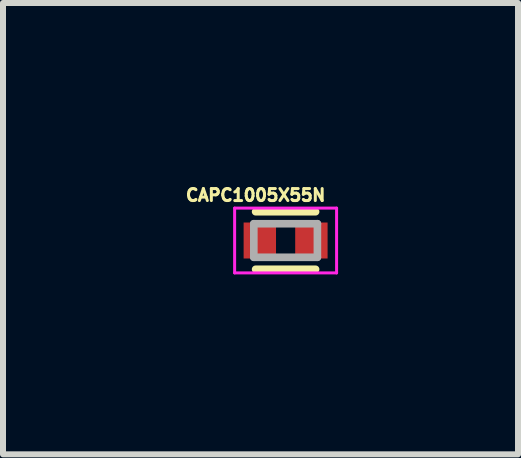
<source format=kicad_pcb>
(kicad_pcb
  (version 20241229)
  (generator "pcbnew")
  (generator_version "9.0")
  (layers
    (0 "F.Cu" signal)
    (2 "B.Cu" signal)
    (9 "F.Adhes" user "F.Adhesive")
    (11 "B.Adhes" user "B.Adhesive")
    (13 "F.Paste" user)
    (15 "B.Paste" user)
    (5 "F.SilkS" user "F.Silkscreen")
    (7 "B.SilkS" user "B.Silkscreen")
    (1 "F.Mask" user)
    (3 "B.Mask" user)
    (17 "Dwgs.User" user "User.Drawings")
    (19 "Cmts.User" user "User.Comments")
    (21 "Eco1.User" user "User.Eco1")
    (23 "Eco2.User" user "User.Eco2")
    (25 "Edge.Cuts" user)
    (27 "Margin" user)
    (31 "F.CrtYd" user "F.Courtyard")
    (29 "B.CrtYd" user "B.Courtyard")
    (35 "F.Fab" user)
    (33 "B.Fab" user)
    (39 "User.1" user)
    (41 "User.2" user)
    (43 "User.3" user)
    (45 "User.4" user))
  (footprint "CAPC1005X55N"
    (layer "F.Cu")
    (at 1.712 0.96)
    (property "Reference" "CAPC1005X55N" (at -0.5 -0.756 0) (layer "F.SilkS") (effects (font (size 0.2 0.2) (thickness 0.05))))
    (attr through_hole)
    (fp_line (start -0.5 0.48) (end 0.5 0.48) (stroke (width 0.127) (type solid)) (layer "F.SilkS"))
    (fp_line (start 0.5 -0.48) (end -0.5 -0.48) (stroke (width 0.127) (type solid)) (layer "F.SilkS"))
    (fp_line (start -0.85 -0.54) (end -0.85 0.54) (stroke (width 0.05) (type solid)) (layer "F.CrtYd"))
    (fp_line (start -0.85 0.54) (end 0.85 0.54) (stroke (width 0.05) (type solid)) (layer "F.CrtYd"))
    (fp_line (start 0.85 -0.54) (end -0.85 -0.54) (stroke (width 0.05) (type solid)) (layer "F.CrtYd"))
    (fp_line (start 0.85 0.54) (end 0.85 -0.54) (stroke (width 0.05) (type solid)) (layer "F.CrtYd"))
    (fp_line (start -0.53 -0.28) (end -0.53 0.28) (stroke (width 0.127) (type solid)) (layer "F.Fab"))
    (fp_line (start -0.53 0.28) (end 0.53 0.28) (stroke (width 0.127) (type solid)) (layer "F.Fab"))
    (fp_line (start 0.53 -0.28) (end -0.53 -0.28) (stroke (width 0.127) (type solid)) (layer "F.Fab"))
    (fp_line (start 0.53 0.28) (end 0.53 -0.28) (stroke (width 0.127) (type solid)) (layer "F.Fab"))
    (pad "1" smd rect (at -0.43 0) (size 0.54 0.6) (layers "F.Cu" "F.Mask" "F.Paste"))
    (pad "2" smd rect (at 0.43 0) (size 0.54 0.6) (layers "F.Cu" "F.Mask" "F.Paste")))
  (gr_rect
    (start -3 -3)
    (end 5.587 4.525)
    (stroke (width 0.1) (type default))
    (fill no)
    (layer "Edge.Cuts")))
</source>
